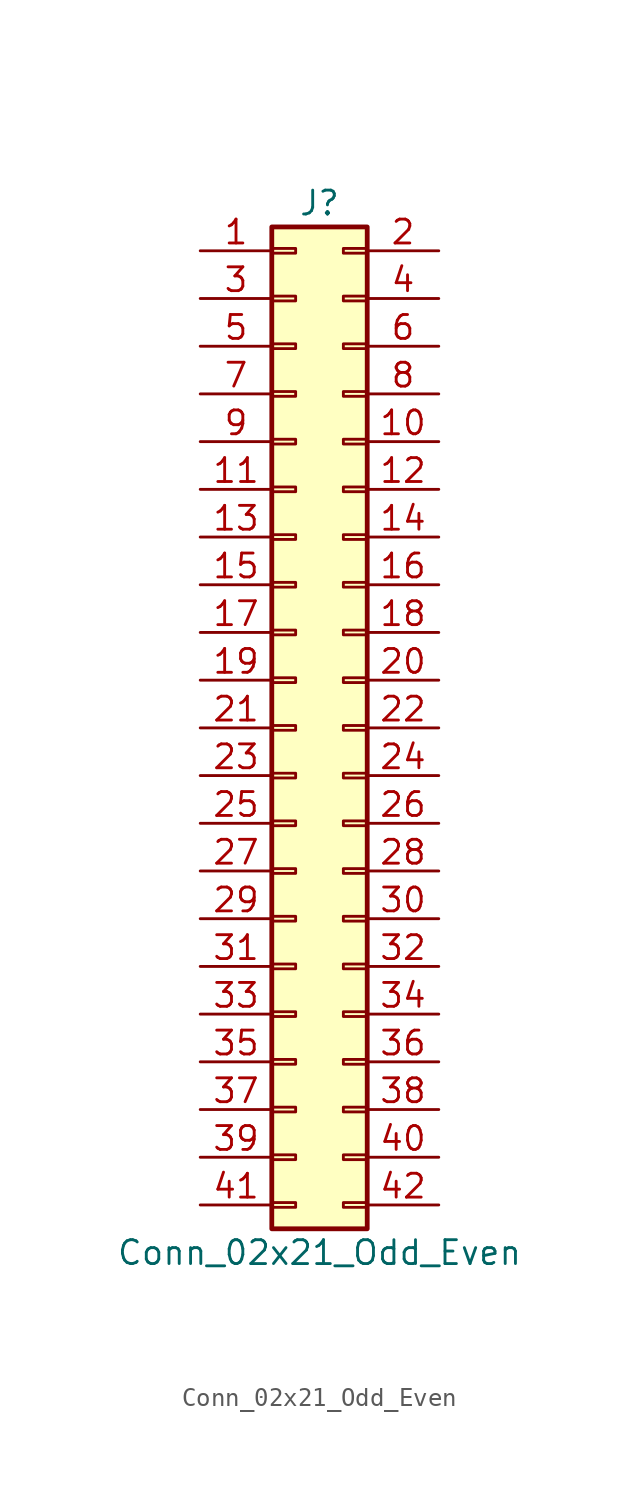
<source format=kicad_sym>
(kicad_symbol_lib
  (version 20220914)
  (generator kicad_symbol_editor)
  (symbol "Conn_02x21_Odd_Even"
    (pin_names
      (offset 1.016) hide)
    (property "Reference" "J"
      (at 1.27 27.94 0)
      (effects (font (size 1.27 1.27))))
    (property "Value" "Conn_02x21_Odd_Even"
      (at 1.27 -27.94 0)
      (effects (font (size 1.27 1.27))))
    (symbol "Conn_02x21_Odd_Even_1_1"
      (rectangle (start -1.27 -25.273) (end 0 -25.527) (stroke (width 0.152) (type solid)) (fill (type none)))
      (rectangle (start -1.27 -22.733) (end 0 -22.987) (stroke (width 0.152) (type solid)) (fill (type none)))
      (rectangle (start -1.27 -20.193) (end 0 -20.447) (stroke (width 0.152) (type solid)) (fill (type none)))
      (rectangle (start -1.27 -17.653) (end 0 -17.907) (stroke (width 0.152) (type solid)) (fill (type none)))
      (rectangle (start -1.27 -15.113) (end 0 -15.367) (stroke (width 0.152) (type solid)) (fill (type none)))
      (rectangle (start -1.27 -12.573) (end 0 -12.827) (stroke (width 0.152) (type solid)) (fill (type none)))
      (rectangle (start -1.27 -10.033) (end 0 -10.287) (stroke (width 0.152) (type solid)) (fill (type none)))
      (rectangle (start -1.27 -7.493) (end 0 -7.747) (stroke (width 0.152) (type solid)) (fill (type none)))
      (rectangle (start -1.27 -4.953) (end 0 -5.207) (stroke (width 0.152) (type solid)) (fill (type none)))
      (rectangle (start -1.27 -2.413) (end 0 -2.667) (stroke (width 0.152) (type solid)) (fill (type none)))
      (rectangle (start -1.27 0.127) (end 0 -0.127) (stroke (width 0.152) (type solid)) (fill (type none)))
      (rectangle (start -1.27 2.667) (end 0 2.413) (stroke (width 0.152) (type solid)) (fill (type none)))
      (rectangle (start -1.27 5.207) (end 0 4.953) (stroke (width 0.152) (type solid)) (fill (type none)))
      (rectangle (start -1.27 7.747) (end 0 7.493) (stroke (width 0.152) (type solid)) (fill (type none)))
      (rectangle (start -1.27 10.287) (end 0 10.033) (stroke (width 0.152) (type solid)) (fill (type none)))
      (rectangle (start -1.27 12.827) (end 0 12.573) (stroke (width 0.152) (type solid)) (fill (type none)))
      (rectangle (start -1.27 15.367) (end 0 15.113) (stroke (width 0.152) (type solid)) (fill (type none)))
      (rectangle (start -1.27 17.907) (end 0 17.653) (stroke (width 0.152) (type solid)) (fill (type none)))
      (rectangle (start -1.27 20.447) (end 0 20.193) (stroke (width 0.152) (type solid)) (fill (type none)))
      (rectangle (start -1.27 22.987) (end 0 22.733) (stroke (width 0.152) (type solid)) (fill (type none)))
      (rectangle (start -1.27 25.527) (end 0 25.273) (stroke (width 0.152) (type solid)) (fill (type none)))
      (rectangle (start -1.27 26.67) (end 3.81 -26.67) (stroke (width 0.254) (type solid)) (fill (type background)))
      (rectangle (start 3.81 -25.273) (end 2.54 -25.527) (stroke (width 0.152) (type solid)) (fill (type none)))
      (rectangle (start 3.81 -22.733) (end 2.54 -22.987) (stroke (width 0.152) (type solid)) (fill (type none)))
      (rectangle (start 3.81 -20.193) (end 2.54 -20.447) (stroke (width 0.152) (type solid)) (fill (type none)))
      (rectangle (start 3.81 -17.653) (end 2.54 -17.907) (stroke (width 0.152) (type solid)) (fill (type none)))
      (rectangle (start 3.81 -15.113) (end 2.54 -15.367) (stroke (width 0.152) (type solid)) (fill (type none)))
      (rectangle (start 3.81 -12.573) (end 2.54 -12.827) (stroke (width 0.152) (type solid)) (fill (type none)))
      (rectangle (start 3.81 -10.033) (end 2.54 -10.287) (stroke (width 0.152) (type solid)) (fill (type none)))
      (rectangle (start 3.81 -7.493) (end 2.54 -7.747) (stroke (width 0.152) (type solid)) (fill (type none)))
      (rectangle (start 3.81 -4.953) (end 2.54 -5.207) (stroke (width 0.152) (type solid)) (fill (type none)))
      (rectangle (start 3.81 -2.413) (end 2.54 -2.667) (stroke (width 0.152) (type solid)) (fill (type none)))
      (rectangle (start 3.81 0.127) (end 2.54 -0.127) (stroke (width 0.152) (type solid)) (fill (type none)))
      (rectangle (start 3.81 2.667) (end 2.54 2.413) (stroke (width 0.152) (type solid)) (fill (type none)))
      (rectangle (start 3.81 5.207) (end 2.54 4.953) (stroke (width 0.152) (type solid)) (fill (type none)))
      (rectangle (start 3.81 7.747) (end 2.54 7.493) (stroke (width 0.152) (type solid)) (fill (type none)))
      (rectangle (start 3.81 10.287) (end 2.54 10.033) (stroke (width 0.152) (type solid)) (fill (type none)))
      (rectangle (start 3.81 12.827) (end 2.54 12.573) (stroke (width 0.152) (type solid)) (fill (type none)))
      (rectangle (start 3.81 15.367) (end 2.54 15.113) (stroke (width 0.152) (type solid)) (fill (type none)))
      (rectangle (start 3.81 17.907) (end 2.54 17.653) (stroke (width 0.152) (type solid)) (fill (type none)))
      (rectangle (start 3.81 20.447) (end 2.54 20.193) (stroke (width 0.152) (type solid)) (fill (type none)))
      (rectangle (start 3.81 22.987) (end 2.54 22.733) (stroke (width 0.152) (type solid)) (fill (type none)))
      (rectangle (start 3.81 25.527) (end 2.54 25.273) (stroke (width 0.152) (type solid)) (fill (type none)))
      (pin passive line (at -5.08 25.4 0) (length 3.81) (name "Pin_1" (effects (font (size 1.27 1.27)))) (number "1" (effects (font (size 1.27 1.27)))))
      (pin passive line (at 7.62 15.24 180) (length 3.81) (name "Pin_10" (effects (font (size 1.27 1.27)))) (number "10" (effects (font (size 1.27 1.27)))))
      (pin passive line (at -5.08 12.7 0) (length 3.81) (name "Pin_11" (effects (font (size 1.27 1.27)))) (number "11" (effects (font (size 1.27 1.27)))))
      (pin passive line (at 7.62 12.7 180) (length 3.81) (name "Pin_12" (effects (font (size 1.27 1.27)))) (number "12" (effects (font (size 1.27 1.27)))))
      (pin passive line (at -5.08 10.16 0) (length 3.81) (name "Pin_13" (effects (font (size 1.27 1.27)))) (number "13" (effects (font (size 1.27 1.27)))))
      (pin passive line (at 7.62 10.16 180) (length 3.81) (name "Pin_14" (effects (font (size 1.27 1.27)))) (number "14" (effects (font (size 1.27 1.27)))))
      (pin passive line (at -5.08 7.62 0) (length 3.81) (name "Pin_15" (effects (font (size 1.27 1.27)))) (number "15" (effects (font (size 1.27 1.27)))))
      (pin passive line (at 7.62 7.62 180) (length 3.81) (name "Pin_16" (effects (font (size 1.27 1.27)))) (number "16" (effects (font (size 1.27 1.27)))))
      (pin passive line (at -5.08 5.08 0) (length 3.81) (name "Pin_17" (effects (font (size 1.27 1.27)))) (number "17" (effects (font (size 1.27 1.27)))))
      (pin passive line (at 7.62 5.08 180) (length 3.81) (name "Pin_18" (effects (font (size 1.27 1.27)))) (number "18" (effects (font (size 1.27 1.27)))))
      (pin passive line (at -5.08 2.54 0) (length 3.81) (name "Pin_19" (effects (font (size 1.27 1.27)))) (number "19" (effects (font (size 1.27 1.27)))))
      (pin passive line (at 7.62 25.4 180) (length 3.81) (name "Pin_2" (effects (font (size 1.27 1.27)))) (number "2" (effects (font (size 1.27 1.27)))))
      (pin passive line (at 7.62 2.54 180) (length 3.81) (name "Pin_20" (effects (font (size 1.27 1.27)))) (number "20" (effects (font (size 1.27 1.27)))))
      (pin passive line (at -5.08 0 0) (length 3.81) (name "Pin_21" (effects (font (size 1.27 1.27)))) (number "21" (effects (font (size 1.27 1.27)))))
      (pin passive line (at 7.62 0 180) (length 3.81) (name "Pin_22" (effects (font (size 1.27 1.27)))) (number "22" (effects (font (size 1.27 1.27)))))
      (pin passive line (at -5.08 -2.54 0) (length 3.81) (name "Pin_23" (effects (font (size 1.27 1.27)))) (number "23" (effects (font (size 1.27 1.27)))))
      (pin passive line (at 7.62 -2.54 180) (length 3.81) (name "Pin_24" (effects (font (size 1.27 1.27)))) (number "24" (effects (font (size 1.27 1.27)))))
      (pin passive line (at -5.08 -5.08 0) (length 3.81) (name "Pin_25" (effects (font (size 1.27 1.27)))) (number "25" (effects (font (size 1.27 1.27)))))
      (pin passive line (at 7.62 -5.08 180) (length 3.81) (name "Pin_26" (effects (font (size 1.27 1.27)))) (number "26" (effects (font (size 1.27 1.27)))))
      (pin passive line (at -5.08 -7.62 0) (length 3.81) (name "Pin_27" (effects (font (size 1.27 1.27)))) (number "27" (effects (font (size 1.27 1.27)))))
      (pin passive line (at 7.62 -7.62 180) (length 3.81) (name "Pin_28" (effects (font (size 1.27 1.27)))) (number "28" (effects (font (size 1.27 1.27)))))
      (pin passive line (at -5.08 -10.16 0) (length 3.81) (name "Pin_29" (effects (font (size 1.27 1.27)))) (number "29" (effects (font (size 1.27 1.27)))))
      (pin passive line (at -5.08 22.86 0) (length 3.81) (name "Pin_3" (effects (font (size 1.27 1.27)))) (number "3" (effects (font (size 1.27 1.27)))))
      (pin passive line (at 7.62 -10.16 180) (length 3.81) (name "Pin_30" (effects (font (size 1.27 1.27)))) (number "30" (effects (font (size 1.27 1.27)))))
      (pin passive line (at -5.08 -12.7 0) (length 3.81) (name "Pin_31" (effects (font (size 1.27 1.27)))) (number "31" (effects (font (size 1.27 1.27)))))
      (pin passive line (at 7.62 -12.7 180) (length 3.81) (name "Pin_32" (effects (font (size 1.27 1.27)))) (number "32" (effects (font (size 1.27 1.27)))))
      (pin passive line (at -5.08 -15.24 0) (length 3.81) (name "Pin_33" (effects (font (size 1.27 1.27)))) (number "33" (effects (font (size 1.27 1.27)))))
      (pin passive line (at 7.62 -15.24 180) (length 3.81) (name "Pin_34" (effects (font (size 1.27 1.27)))) (number "34" (effects (font (size 1.27 1.27)))))
      (pin passive line (at -5.08 -17.78 0) (length 3.81) (name "Pin_35" (effects (font (size 1.27 1.27)))) (number "35" (effects (font (size 1.27 1.27)))))
      (pin passive line (at 7.62 -17.78 180) (length 3.81) (name "Pin_36" (effects (font (size 1.27 1.27)))) (number "36" (effects (font (size 1.27 1.27)))))
      (pin passive line (at -5.08 -20.32 0) (length 3.81) (name "Pin_37" (effects (font (size 1.27 1.27)))) (number "37" (effects (font (size 1.27 1.27)))))
      (pin passive line (at 7.62 -20.32 180) (length 3.81) (name "Pin_38" (effects (font (size 1.27 1.27)))) (number "38" (effects (font (size 1.27 1.27)))))
      (pin passive line (at -5.08 -22.86 0) (length 3.81) (name "Pin_39" (effects (font (size 1.27 1.27)))) (number "39" (effects (font (size 1.27 1.27)))))
      (pin passive line (at 7.62 22.86 180) (length 3.81) (name "Pin_4" (effects (font (size 1.27 1.27)))) (number "4" (effects (font (size 1.27 1.27)))))
      (pin passive line (at 7.62 -22.86 180) (length 3.81) (name "Pin_40" (effects (font (size 1.27 1.27)))) (number "40" (effects (font (size 1.27 1.27)))))
      (pin passive line (at -5.08 -25.4 0) (length 3.81) (name "Pin_41" (effects (font (size 1.27 1.27)))) (number "41" (effects (font (size 1.27 1.27)))))
      (pin passive line (at 7.62 -25.4 180) (length 3.81) (name "Pin_42" (effects (font (size 1.27 1.27)))) (number "42" (effects (font (size 1.27 1.27)))))
      (pin passive line (at -5.08 20.32 0) (length 3.81) (name "Pin_5" (effects (font (size 1.27 1.27)))) (number "5" (effects (font (size 1.27 1.27)))))
      (pin passive line (at 7.62 20.32 180) (length 3.81) (name "Pin_6" (effects (font (size 1.27 1.27)))) (number "6" (effects (font (size 1.27 1.27)))))
      (pin passive line (at -5.08 17.78 0) (length 3.81) (name "Pin_7" (effects (font (size 1.27 1.27)))) (number "7" (effects (font (size 1.27 1.27)))))
      (pin passive line (at 7.62 17.78 180) (length 3.81) (name "Pin_8" (effects (font (size 1.27 1.27)))) (number "8" (effects (font (size 1.27 1.27)))))
      (pin passive line (at -5.08 15.24 0) (length 3.81) (name "Pin_9" (effects (font (size 1.27 1.27)))) (number "9" (effects (font (size 1.27 1.27))))))))
</source>
